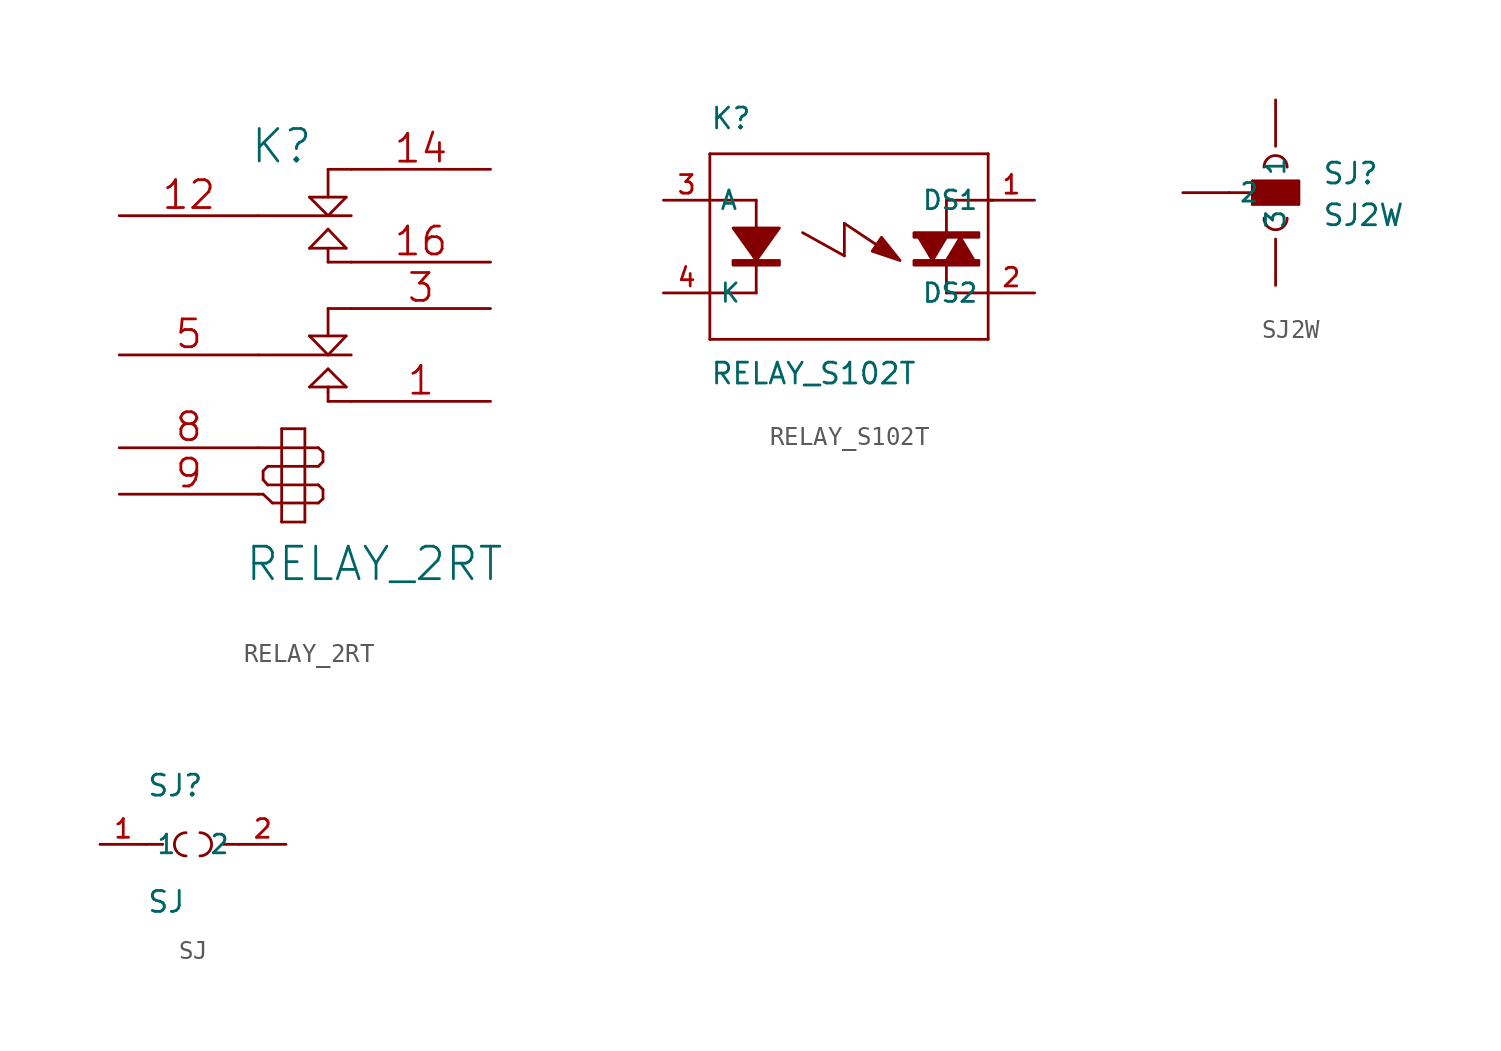
<source format=kicad_sym>
(kicad_symbol_lib
  (version 20201005)
  (generator kicad_symbol_editor)
  (symbol "Zimprich:RELAY_2RT"
    (pin_names hide)
    (property "Reference" "K"
      (at -1.27 10.16 0)
      (effects (font (size 1.778 1.778))))
    (property "Value" "RELAY_2RT"
      (at 3.81 -12.7 0)
      (effects (font (size 1.778 1.778))))
    (property "Footprint" ""
      (at 0 0 0)
      (effects (font (size 1.524 1.524))))
    (property "Datasheet" ""
      (at 0 0 0)
      (effects (font (size 1.524 1.524))))
    (symbol "RELAY_2RT_0_1"
      (polyline (pts (xy -2.54 -8.89) (xy -2.286 -8.89)) (stroke (width 0)) (fill (type none)))
      (polyline (pts (xy -2.54 -6.35) (xy -1.27 -6.35)) (stroke (width 0)) (fill (type none)))
      (polyline (pts (xy -2.54 -1.27) (xy 1.27 -1.27)) (stroke (width 0)) (fill (type none)))
      (polyline (pts (xy -2.286 -8.89) (xy -1.778 -9.373)) (stroke (width 0)) (fill (type none)))
      (polyline (pts (xy -2.286 -8.103) (xy -2.286 -7.62)) (stroke (width 0)) (fill (type none)))
      (polyline (pts (xy -2.032 -8.382) (xy -2.286 -8.103)) (stroke (width 0)) (fill (type none)))
      (polyline (pts (xy -2.032 -7.366) (xy -2.286 -7.62)) (stroke (width 0)) (fill (type none)))
      (polyline (pts (xy -1.778 -9.373) (xy -1.27 -9.373)) (stroke (width 0)) (fill (type none)))
      (polyline (pts (xy -1.27 -10.414) (xy -1.27 -5.309)) (stroke (width 0)) (fill (type none)))
      (polyline (pts (xy -1.27 -8.382) (xy -2.032 -8.382)) (stroke (width 0)) (fill (type none)))
      (polyline (pts (xy -1.27 -8.382) (xy 0 -8.382)) (stroke (width 0)) (fill (type none)))
      (polyline (pts (xy -1.27 -7.366) (xy -2.032 -7.366)) (stroke (width 0)) (fill (type none)))
      (polyline (pts (xy -1.27 -6.35) (xy 0 -6.35)) (stroke (width 0)) (fill (type none)))
      (polyline (pts (xy -1.27 -5.309) (xy 0 -5.309)) (stroke (width 0)) (fill (type none)))
      (polyline (pts (xy 0 -10.414) (xy -1.27 -10.414)) (stroke (width 0)) (fill (type none)))
      (polyline (pts (xy 0 -9.373) (xy -1.27 -9.373)) (stroke (width 0)) (fill (type none)))
      (polyline (pts (xy 0 -9.373) (xy 0.737 -9.373)) (stroke (width 0)) (fill (type none)))
      (polyline (pts (xy 0 -8.382) (xy 0.737 -8.382)) (stroke (width 0)) (fill (type none)))
      (polyline (pts (xy 0 -7.366) (xy -1.27 -7.366)) (stroke (width 0)) (fill (type none)))
      (polyline (pts (xy 0 -7.366) (xy 0.737 -7.366)) (stroke (width 0)) (fill (type none)))
      (polyline (pts (xy 0 -6.35) (xy 0.737 -6.35)) (stroke (width 0)) (fill (type none)))
      (polyline (pts (xy 0 -5.309) (xy 0 -10.414)) (stroke (width 0)) (fill (type none)))
      (polyline (pts (xy 0.254 -3.023) (xy 2.261 -3.023)) (stroke (width 0)) (fill (type none)))
      (polyline (pts (xy 0.254 -0.229) (xy 2.261 -0.229)) (stroke (width 0)) (fill (type none)))
      (polyline (pts (xy 0.254 4.572) (xy 1.27 5.613)) (stroke (width 0)) (fill (type none)))
      (polyline (pts (xy 0.254 7.366) (xy 0.991 7.366)) (stroke (width 0)) (fill (type none)))
      (polyline (pts (xy 0.737 -9.373) (xy 0.991 -9.144)) (stroke (width 0)) (fill (type none)))
      (polyline (pts (xy 0.737 -8.382) (xy 0.991 -8.636)) (stroke (width 0)) (fill (type none)))
      (polyline (pts (xy 0.737 -7.366) (xy 0.991 -7.112)) (stroke (width 0)) (fill (type none)))
      (polyline (pts (xy 0.737 -6.35) (xy 0.991 -6.579)) (stroke (width 0)) (fill (type none)))
      (polyline (pts (xy 0.991 -9.144) (xy 0.991 -8.636)) (stroke (width 0)) (fill (type none)))
      (polyline (pts (xy 0.991 -6.579) (xy 0.991 -7.112)) (stroke (width 0)) (fill (type none)))
      (polyline (pts (xy 0.991 6.629) (xy 0.254 7.366)) (stroke (width 0)) (fill (type none)))
      (polyline (pts (xy 0.991 6.629) (xy 1.27 6.35)) (stroke (width 0)) (fill (type none)))
      (polyline (pts (xy 0.991 7.366) (xy 2.261 7.366)) (stroke (width 0)) (fill (type none)))
      (polyline (pts (xy 1.27 -3.81) (xy 1.27 -3.302)) (stroke (width 0)) (fill (type none)))
      (polyline (pts (xy 1.27 -3.302) (xy 1.27 -3.023)) (stroke (width 0)) (fill (type none)))
      (polyline (pts (xy 1.27 -2.032) (xy 0.254 -3.023)) (stroke (width 0)) (fill (type none)))
      (polyline (pts (xy 1.27 -1.27) (xy 0.254 -0.229)) (stroke (width 0)) (fill (type none)))
      (polyline (pts (xy 1.27 -1.27) (xy 2.54 -1.27)) (stroke (width 0)) (fill (type none)))
      (polyline (pts (xy 1.27 1.27) (xy 1.27 -0.229)) (stroke (width 0)) (fill (type none)))
      (polyline (pts (xy 1.27 1.27) (xy 2.54 1.27)) (stroke (width 0)) (fill (type none)))
      (polyline (pts (xy 1.27 3.81) (xy 1.27 4.572)) (stroke (width 0)) (fill (type none)))
      (polyline (pts (xy 1.27 3.81) (xy 2.54 3.81)) (stroke (width 0)) (fill (type none)))
      (polyline (pts (xy 1.27 5.613) (xy 2.261 4.572)) (stroke (width 0)) (fill (type none)))
      (polyline (pts (xy 1.27 6.35) (xy -2.54 6.35)) (stroke (width 0)) (fill (type none)))
      (polyline (pts (xy 1.27 6.35) (xy 1.524 6.35)) (stroke (width 0)) (fill (type none)))
      (polyline (pts (xy 1.27 8.89) (xy 1.27 7.366)) (stroke (width 0)) (fill (type none)))
      (polyline (pts (xy 1.27 8.89) (xy 2.54 8.89)) (stroke (width 0)) (fill (type none)))
      (polyline (pts (xy 1.524 6.35) (xy 2.54 6.35)) (stroke (width 0)) (fill (type none)))
      (polyline (pts (xy 2.261 -3.023) (xy 1.27 -2.032)) (stroke (width 0)) (fill (type none)))
      (polyline (pts (xy 2.261 -0.229) (xy 1.27 -1.27)) (stroke (width 0)) (fill (type none)))
      (polyline (pts (xy 2.261 4.572) (xy 0.254 4.572)) (stroke (width 0)) (fill (type none)))
      (polyline (pts (xy 2.261 7.366) (xy 1.27 6.35)) (stroke (width 0)) (fill (type none)))
      (polyline (pts (xy 2.54 -3.81) (xy 1.27 -3.81)) (stroke (width 0)) (fill (type none))))
    (symbol "RELAY_2RT_1_1"
      (pin passive line (at 10.16 -3.81 180) (length 7.62) (name "T1" (effects (font (size 1.524 1.524)))) (number "1" (effects (font (size 1.524 1.524)))))
      (pin passive line (at -10.16 6.35 0) (length 7.62) (name "C2" (effects (font (size 1.524 1.524)))) (number "12" (effects (font (size 1.524 1.524)))))
      (pin passive line (at 10.16 8.89 180) (length 7.62) (name "R2" (effects (font (size 1.524 1.524)))) (number "14" (effects (font (size 1.524 1.524)))))
      (pin passive line (at 10.16 3.81 180) (length 7.62) (name "T2" (effects (font (size 1.524 1.524)))) (number "16" (effects (font (size 1.524 1.524)))))
      (pin passive line (at 10.16 1.27 180) (length 7.62) (name "R1" (effects (font (size 1.524 1.524)))) (number "3" (effects (font (size 1.524 1.524)))))
      (pin passive line (at -10.16 -1.27 0) (length 7.62) (name "C1" (effects (font (size 1.524 1.524)))) (number "5" (effects (font (size 1.524 1.524)))))
      (pin input line (at -10.16 -6.35 0) (length 7.62) (name "8" (effects (font (size 1.524 1.524)))) (number "8" (effects (font (size 1.524 1.524)))))
      (pin input line (at -10.16 -8.89 0) (length 7.62) (name "9" (effects (font (size 1.524 1.524)))) (number "9" (effects (font (size 1.524 1.524)))))))
  (symbol "Zimprich:RELAY_S102T"
    (property "Reference" "K"
      (at -7.62 6.35 0)
      (effects (font (size 1.143 1.143)) (justify left bottom)))
    (property "Value" "RELAY_S102T"
      (at -7.62 -7.62 0)
      (effects (font (size 1.143 1.143)) (justify left bottom)))
    (symbol "RELAY_S102T_1_0"
      (polyline (pts (xy -7.62 -5.08) (xy 7.62 -5.08)) (stroke (width 0)) (fill (type none)))
      (polyline (pts (xy -7.62 -2.54) (xy -7.62 -5.08)) (stroke (width 0)) (fill (type none)))
      (polyline (pts (xy -7.62 2.54) (xy -7.62 -2.54)) (stroke (width 0)) (fill (type none)))
      (polyline (pts (xy -7.62 5.08) (xy -7.62 2.54)) (stroke (width 0)) (fill (type none)))
      (polyline (pts (xy -5.08 -2.54) (xy -7.62 -2.54)) (stroke (width 0)) (fill (type none)))
      (polyline (pts (xy -5.08 2.54) (xy -7.62 2.54)) (stroke (width 0)) (fill (type none)))
      (polyline (pts (xy -5.08 2.54) (xy -5.08 -2.54)) (stroke (width 0)) (fill (type none)))
      (polyline (pts (xy -2.54 0.762) (xy -0.254 -0.508)) (stroke (width 0)) (fill (type none)))
      (polyline (pts (xy -0.254 -0.508) (xy -0.254 1.27)) (stroke (width 0)) (fill (type none)))
      (polyline (pts (xy -0.254 1.27) (xy 1.651 0)) (stroke (width 0)) (fill (type none)))
      (polyline (pts (xy 5.334 -2.54) (xy 7.62 -2.54)) (stroke (width 0)) (fill (type none)))
      (polyline (pts (xy 5.334 -1.016) (xy 5.334 -2.54)) (stroke (width 0)) (fill (type none)))
      (polyline (pts (xy 5.334 2.54) (xy 5.334 0.762)) (stroke (width 0)) (fill (type none)))
      (polyline (pts (xy 5.334 2.54) (xy 7.874 2.54)) (stroke (width 0)) (fill (type none)))
      (polyline (pts (xy 7.62 -5.08) (xy 7.62 5.08)) (stroke (width 0)) (fill (type none)))
      (polyline (pts (xy 7.62 5.08) (xy -7.62 5.08)) (stroke (width 0)) (fill (type none))))
    (symbol "RELAY_S102T_1_1"
      (rectangle (start -6.35 -1.016) (end -3.81 -0.762) (stroke (width 0)) (fill (type outline)))
      (rectangle (start 3.556 -1.016) (end 7.112 -0.762) (stroke (width 0)) (fill (type outline)))
      (rectangle (start 3.556 0.508) (end 7.112 0.762) (stroke (width 0)) (fill (type outline)))
      (polyline (pts (xy -6.35 1.016) (xy -3.81 1.016) (xy -3.81 1.016) (xy -5.08 -0.762) (xy -5.08 -0.762) (xy -6.35 1.016)) (stroke (width 0)) (fill (type outline)))
      (polyline (pts (xy 1.778 0.508) (xy 1.27 -0.254) (xy 1.27 -0.254) (xy 2.794 -0.762) (xy 2.794 -0.762) (xy 1.778 0.508)) (stroke (width 0)) (fill (type outline)))
      (polyline (pts (xy 4.572 -0.762) (xy 5.334 0.508) (xy 5.334 0.508) (xy 3.81 0.508) (xy 3.81 0.508) (xy 4.572 -0.762)) (stroke (width 0)) (fill (type outline)))
      (polyline (pts (xy 6.096 0.508) (xy 5.334 -0.762) (xy 5.334 -0.762) (xy 6.858 -0.762) (xy 6.858 -0.762) (xy 6.096 0.508)) (stroke (width 0)) (fill (type outline)))
      (pin passive line (at 10.16 2.54 180) (length 2.54) (name "DS1" (effects (font (size 1.016 1.016)))) (number "1" (effects (font (size 1.016 1.016)))))
      (pin passive line (at 10.16 -2.54 180) (length 2.54) (name "DS2" (effects (font (size 1.016 1.016)))) (number "2" (effects (font (size 1.016 1.016)))))
      (pin passive line (at -10.16 2.54 0) (length 2.54) (name "A" (effects (font (size 1.016 1.016)))) (number "3" (effects (font (size 1.016 1.016)))))
      (pin passive line (at -10.16 -2.54 0) (length 2.54) (name "K" (effects (font (size 1.016 1.016)))) (number "4" (effects (font (size 1.016 1.016)))))))
  (symbol "Zimprich:SJ2W"
    (pin_numbers hide)
    (property "Reference" "SJ"
      (at 2.54 0.381 0)
      (effects (font (size 1.143 1.143)) (justify left bottom)))
    (property "Value" "SJ2W"
      (at 2.54 -1.905 0)
      (effects (font (size 1.143 1.143)) (justify left bottom)))
    (property "ki_locked" ""
      (at 0 0 0)
      (effects (font (size 1.27 1.27))))
    (symbol "SJ2W_1_0"
      (polyline (pts (xy -2.54 0) (xy -1.27 0)) (stroke (width 0)) (fill (type none)))
      (polyline (pts (xy -1.27 -0.635) (xy -1.27 0)) (stroke (width 0)) (fill (type none)))
      (polyline (pts (xy -1.27 0) (xy -1.27 0.635)) (stroke (width 0)) (fill (type none)))
      (polyline (pts (xy -1.27 0.635) (xy 1.27 0.635)) (stroke (width 0)) (fill (type none)))
      (polyline (pts (xy 1.27 -0.635) (xy -1.27 -0.635)) (stroke (width 0)) (fill (type none)))
      (polyline (pts (xy 1.27 0.635) (xy 1.27 -0.635)) (stroke (width 0)) (fill (type none))))
    (symbol "SJ2W_1_1"
      (arc (start -0.635 -1.397) (end 0.635 -1.397) (radius (at 0 -1.397) (length 0.635) (angles -179.9 -0.1)) (stroke (width 0)) (fill (type none)))
      (arc (start 0.635 1.397) (end -0.635 1.397) (radius (at 0 1.397) (length 0.635) (angles 0.1 179.9)) (stroke (width 0)) (fill (type none)))
      (rectangle (start -1.27 -0.635) (end 1.27 0.635) (stroke (width 0)) (fill (type outline)))
      (pin passive line (at 0 5.08 270) (length 2.54) (name "1" (effects (font (size 1.016 1.016)))) (number "1" (effects (font (size 1.016 1.016)))))
      (pin passive line (at -5.08 0 0) (length 2.54) (name "2" (effects (font (size 1.016 1.016)))) (number "2" (effects (font (size 1.016 1.016)))))
      (pin passive line (at 0 -5.08 90) (length 2.54) (name "3" (effects (font (size 1.016 1.016)))) (number "3" (effects (font (size 1.016 1.016)))))))
  (symbol "Zimprich:SJ"
    (property "Reference" "SJ"
      (at -2.54 2.54 0)
      (effects (font (size 1.143 1.143)) (justify left bottom)))
    (property "Value" "SJ"
      (at -2.54 -3.81 0)
      (effects (font (size 1.143 1.143)) (justify left bottom)))
    (symbol "SJ_1_0"
      (polyline (pts (xy -2.54 0) (xy -1.651 0)) (stroke (width 0)) (fill (type none)))
      (polyline (pts (xy 2.54 0) (xy 1.651 0)) (stroke (width 0)) (fill (type none))))
    (symbol "SJ_1_1"
      (arc (start -0.381 0.635) (end -0.381 -0.635) (radius (at -0.381 0) (length 0.635) (angles 90.1 -90.1)) (stroke (width 0)) (fill (type none)))
      (arc (start 0.381 -0.635) (end 0.381 0.635) (radius (at 0.381 0) (length 0.635) (angles -89.9 89.9)) (stroke (width 0)) (fill (type none)))
      (pin passive line (at -5.08 0 0) (length 2.54) (name "1" (effects (font (size 1.016 1.016)))) (number "1" (effects (font (size 1.016 1.016)))))
      (pin passive line (at 5.08 0 180) (length 2.54) (name "2" (effects (font (size 1.016 1.016)))) (number "2" (effects (font (size 1.016 1.016))))))))
</source>
